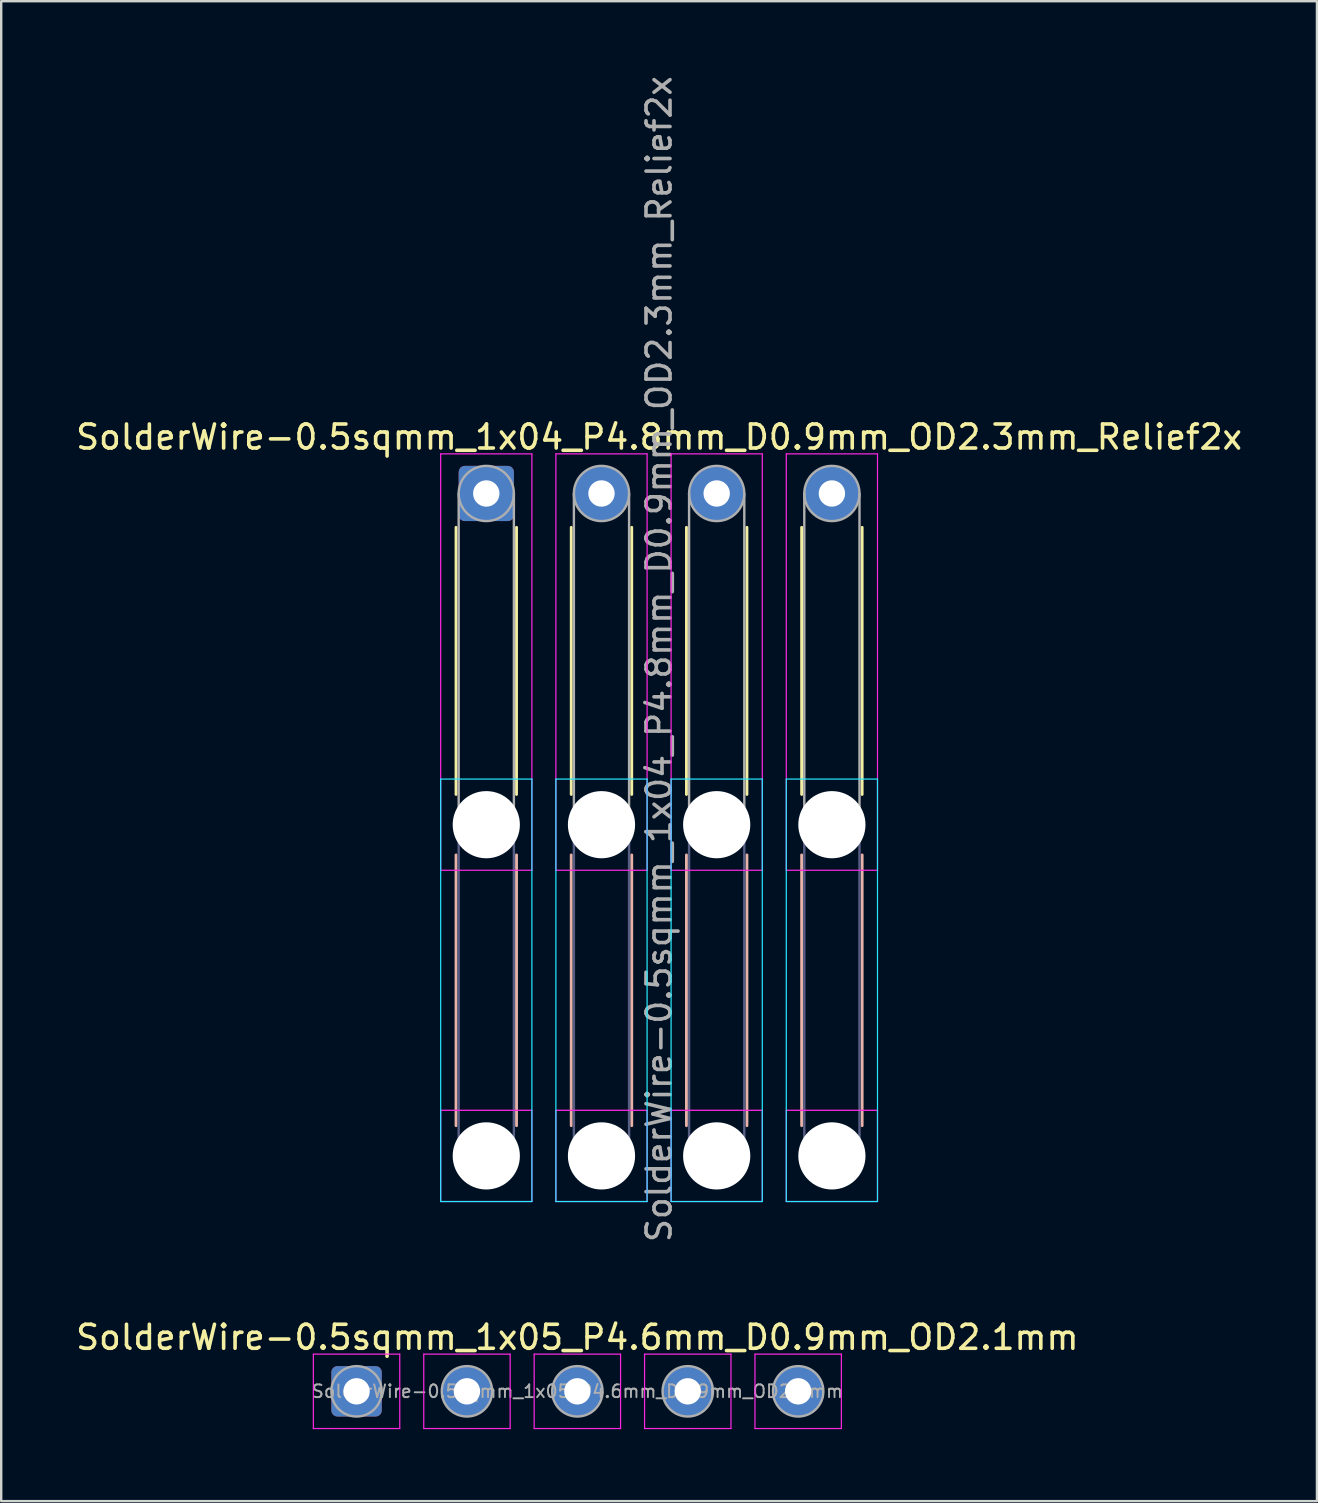
<source format=kicad_pcb>
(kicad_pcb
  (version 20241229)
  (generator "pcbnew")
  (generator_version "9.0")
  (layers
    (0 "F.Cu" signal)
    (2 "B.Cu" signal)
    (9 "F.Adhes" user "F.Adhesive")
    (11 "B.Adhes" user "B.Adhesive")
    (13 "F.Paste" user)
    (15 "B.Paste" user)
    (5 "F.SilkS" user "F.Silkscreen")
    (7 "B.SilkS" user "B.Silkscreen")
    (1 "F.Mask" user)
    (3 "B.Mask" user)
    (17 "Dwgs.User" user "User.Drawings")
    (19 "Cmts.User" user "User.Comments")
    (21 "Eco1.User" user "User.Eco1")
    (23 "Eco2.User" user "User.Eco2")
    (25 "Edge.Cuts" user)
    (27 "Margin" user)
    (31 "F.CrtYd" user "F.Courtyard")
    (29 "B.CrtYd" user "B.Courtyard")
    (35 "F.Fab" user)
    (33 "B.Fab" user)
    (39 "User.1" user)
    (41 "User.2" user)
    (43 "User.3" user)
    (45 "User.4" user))
  (footprint "SolderWire-0.5sqmm_1x05_P4.6mm_D0.9mm_OD2.1mm"
    (layer "F.Cu")
    (at 11.806 54.92)
    (property "Reference" "SolderWire-0.5sqmm_1x05_P4.6mm_D0.9mm_OD2.1mm" (at 9.2 -2.25 0) (layer "F.SilkS") (effects (font (size 1 1) (thickness 0.15))))
    (attr exclude_from_pos_files exclude_from_bom)
    (fp_line (start -1.8 -1.55) (end -1.8 1.55) (stroke (width 0.05) (type solid)) (layer "F.CrtYd"))
    (fp_line (start -1.8 1.55) (end 1.8 1.55) (stroke (width 0.05) (type solid)) (layer "F.CrtYd"))
    (fp_line (start 1.8 -1.55) (end -1.8 -1.55) (stroke (width 0.05) (type solid)) (layer "F.CrtYd"))
    (fp_line (start 1.8 1.55) (end 1.8 -1.55) (stroke (width 0.05) (type solid)) (layer "F.CrtYd"))
    (fp_line (start 2.8 -1.55) (end 2.8 1.55) (stroke (width 0.05) (type solid)) (layer "F.CrtYd"))
    (fp_line (start 2.8 1.55) (end 6.4 1.55) (stroke (width 0.05) (type solid)) (layer "F.CrtYd"))
    (fp_line (start 6.4 -1.55) (end 2.8 -1.55) (stroke (width 0.05) (type solid)) (layer "F.CrtYd"))
    (fp_line (start 6.4 1.55) (end 6.4 -1.55) (stroke (width 0.05) (type solid)) (layer "F.CrtYd"))
    (fp_line (start 7.4 -1.55) (end 7.4 1.55) (stroke (width 0.05) (type solid)) (layer "F.CrtYd"))
    (fp_line (start 7.4 1.55) (end 11 1.55) (stroke (width 0.05) (type solid)) (layer "F.CrtYd"))
    (fp_line (start 11 -1.55) (end 7.4 -1.55) (stroke (width 0.05) (type solid)) (layer "F.CrtYd"))
    (fp_line (start 11 1.55) (end 11 -1.55) (stroke (width 0.05) (type solid)) (layer "F.CrtYd"))
    (fp_line (start 12 -1.55) (end 12 1.55) (stroke (width 0.05) (type solid)) (layer "F.CrtYd"))
    (fp_line (start 12 1.55) (end 15.6 1.55) (stroke (width 0.05) (type solid)) (layer "F.CrtYd"))
    (fp_line (start 15.6 -1.55) (end 12 -1.55) (stroke (width 0.05) (type solid)) (layer "F.CrtYd"))
    (fp_line (start 15.6 1.55) (end 15.6 -1.55) (stroke (width 0.05) (type solid)) (layer "F.CrtYd"))
    (fp_line (start 16.6 -1.55) (end 16.6 1.55) (stroke (width 0.05) (type solid)) (layer "F.CrtYd"))
    (fp_line (start 16.6 1.55) (end 20.2 1.55) (stroke (width 0.05) (type solid)) (layer "F.CrtYd"))
    (fp_line (start 20.2 -1.55) (end 16.6 -1.55) (stroke (width 0.05) (type solid)) (layer "F.CrtYd"))
    (fp_line (start 20.2 1.55) (end 20.2 -1.55) (stroke (width 0.05) (type solid)) (layer "F.CrtYd"))
    (fp_circle (center 0 0) (end 1.05 0) (stroke (width 0.1) (type solid)) (fill no) (layer "F.Fab"))
    (fp_circle (center 4.6 0) (end 5.65 0) (stroke (width 0.1) (type solid)) (fill no) (layer "F.Fab"))
    (fp_circle (center 9.2 0) (end 10.25 0) (stroke (width 0.1) (type solid)) (fill no) (layer "F.Fab"))
    (fp_circle (center 13.8 0) (end 14.85 0) (stroke (width 0.1) (type solid)) (fill no) (layer "F.Fab"))
    (fp_circle (center 18.4 0) (end 19.45 0) (stroke (width 0.1) (type solid)) (fill no) (layer "F.Fab"))
    (fp_text user "${REFERENCE}" (at 9.2 0 0) (layer "F.Fab") (effects (font (size 0.53 0.53) (thickness 0.08))))
    (pad "1" thru_hole roundrect (at 0 0) (size 2.1 2.1) (drill 1.1) (layers "*.Cu" "*.Mask") (roundrect_rratio 0.119))
    (pad "2" thru_hole circle (at 4.6 0) (size 2.1 2.1) (drill 1.1) (layers "*.Cu" "*.Mask"))
    (pad "3" thru_hole circle (at 9.2 0) (size 2.1 2.1) (drill 1.1) (layers "*.Cu" "*.Mask"))
    (pad "4" thru_hole circle (at 13.8 0) (size 2.1 2.1) (drill 1.1) (layers "*.Cu" "*.Mask"))
    (pad "5" thru_hole circle (at 18.4 0) (size 2.1 2.1) (drill 1.1) (layers "*.Cu" "*.Mask")))
  (footprint "SolderWire-0.5sqmm_1x04_P4.8mm_D0.9mm_OD2.3mm_Relief2x"
    (layer "F.Cu")
    (at 17.211 17.511)
    (property "Reference" "SolderWire-0.5sqmm_1x04_P4.8mm_D0.9mm_OD2.3mm_Relief2x" (at 7.2 -2.35 0) (layer "F.SilkS") (effects (font (size 1 1) (thickness 0.15))))
    (attr exclude_from_pos_files exclude_from_bom)
    (fp_line (start -1.26 1.41) (end -1.26 12.54) (stroke (width 0.12) (type solid)) (layer "F.SilkS"))
    (fp_line (start 1.26 1.41) (end 1.26 12.54) (stroke (width 0.12) (type solid)) (layer "F.SilkS"))
    (fp_line (start 3.54 1.41) (end 3.54 12.54) (stroke (width 0.12) (type solid)) (layer "F.SilkS"))
    (fp_line (start 6.06 1.41) (end 6.06 12.54) (stroke (width 0.12) (type solid)) (layer "F.SilkS"))
    (fp_line (start 8.34 1.41) (end 8.34 12.54) (stroke (width 0.12) (type solid)) (layer "F.SilkS"))
    (fp_line (start 10.86 1.41) (end 10.86 12.54) (stroke (width 0.12) (type solid)) (layer "F.SilkS"))
    (fp_line (start 13.14 1.41) (end 13.14 12.54) (stroke (width 0.12) (type solid)) (layer "F.SilkS"))
    (fp_line (start 15.66 1.41) (end 15.66 12.54) (stroke (width 0.12) (type solid)) (layer "F.SilkS"))
    (fp_line (start -1.26 15.06) (end -1.26 26.34) (stroke (width 0.12) (type solid)) (layer "B.SilkS"))
    (fp_line (start 1.26 15.06) (end 1.26 26.34) (stroke (width 0.12) (type solid)) (layer "B.SilkS"))
    (fp_line (start 3.54 15.06) (end 3.54 26.34) (stroke (width 0.12) (type solid)) (layer "B.SilkS"))
    (fp_line (start 6.06 15.06) (end 6.06 26.34) (stroke (width 0.12) (type solid)) (layer "B.SilkS"))
    (fp_line (start 8.34 15.06) (end 8.34 26.34) (stroke (width 0.12) (type solid)) (layer "B.SilkS"))
    (fp_line (start 10.86 15.06) (end 10.86 26.34) (stroke (width 0.12) (type solid)) (layer "B.SilkS"))
    (fp_line (start 13.14 15.06) (end 13.14 26.34) (stroke (width 0.12) (type solid)) (layer "B.SilkS"))
    (fp_line (start 15.66 15.06) (end 15.66 26.34) (stroke (width 0.12) (type solid)) (layer "B.SilkS"))
    (fp_line (start -1.9 11.9) (end -1.9 29.5) (stroke (width 0.05) (type solid)) (layer "B.CrtYd"))
    (fp_line (start -1.9 29.5) (end 1.9 29.5) (stroke (width 0.05) (type solid)) (layer "B.CrtYd"))
    (fp_line (start 1.9 11.9) (end -1.9 11.9) (stroke (width 0.05) (type solid)) (layer "B.CrtYd"))
    (fp_line (start 1.9 29.5) (end 1.9 11.9) (stroke (width 0.05) (type solid)) (layer "B.CrtYd"))
    (fp_line (start 2.9 11.9) (end 2.9 29.5) (stroke (width 0.05) (type solid)) (layer "B.CrtYd"))
    (fp_line (start 2.9 29.5) (end 6.7 29.5) (stroke (width 0.05) (type solid)) (layer "B.CrtYd"))
    (fp_line (start 6.7 11.9) (end 2.9 11.9) (stroke (width 0.05) (type solid)) (layer "B.CrtYd"))
    (fp_line (start 6.7 29.5) (end 6.7 11.9) (stroke (width 0.05) (type solid)) (layer "B.CrtYd"))
    (fp_line (start 7.7 11.9) (end 7.7 29.5) (stroke (width 0.05) (type solid)) (layer "B.CrtYd"))
    (fp_line (start 7.7 29.5) (end 11.5 29.5) (stroke (width 0.05) (type solid)) (layer "B.CrtYd"))
    (fp_line (start 11.5 11.9) (end 7.7 11.9) (stroke (width 0.05) (type solid)) (layer "B.CrtYd"))
    (fp_line (start 11.5 29.5) (end 11.5 11.9) (stroke (width 0.05) (type solid)) (layer "B.CrtYd"))
    (fp_line (start 12.5 11.9) (end 12.5 29.5) (stroke (width 0.05) (type solid)) (layer "B.CrtYd"))
    (fp_line (start 12.5 29.5) (end 16.3 29.5) (stroke (width 0.05) (type solid)) (layer "B.CrtYd"))
    (fp_line (start 16.3 11.9) (end 12.5 11.9) (stroke (width 0.05) (type solid)) (layer "B.CrtYd"))
    (fp_line (start 16.3 29.5) (end 16.3 11.9) (stroke (width 0.05) (type solid)) (layer "B.CrtYd"))
    (fp_line (start -1.9 -1.65) (end -1.9 15.7) (stroke (width 0.05) (type solid)) (layer "F.CrtYd"))
    (fp_line (start -1.9 15.7) (end 1.9 15.7) (stroke (width 0.05) (type solid)) (layer "F.CrtYd"))
    (fp_line (start -1.9 25.7) (end -1.9 29.5) (stroke (width 0.05) (type solid)) (layer "F.CrtYd"))
    (fp_line (start -1.9 29.5) (end 1.9 29.5) (stroke (width 0.05) (type solid)) (layer "F.CrtYd"))
    (fp_line (start 1.9 -1.65) (end -1.9 -1.65) (stroke (width 0.05) (type solid)) (layer "F.CrtYd"))
    (fp_line (start 1.9 15.7) (end 1.9 -1.65) (stroke (width 0.05) (type solid)) (layer "F.CrtYd"))
    (fp_line (start 1.9 25.7) (end -1.9 25.7) (stroke (width 0.05) (type solid)) (layer "F.CrtYd"))
    (fp_line (start 1.9 29.5) (end 1.9 25.7) (stroke (width 0.05) (type solid)) (layer "F.CrtYd"))
    (fp_line (start 2.9 -1.65) (end 2.9 15.7) (stroke (width 0.05) (type solid)) (layer "F.CrtYd"))
    (fp_line (start 2.9 15.7) (end 6.7 15.7) (stroke (width 0.05) (type solid)) (layer "F.CrtYd"))
    (fp_line (start 2.9 25.7) (end 2.9 29.5) (stroke (width 0.05) (type solid)) (layer "F.CrtYd"))
    (fp_line (start 2.9 29.5) (end 6.7 29.5) (stroke (width 0.05) (type solid)) (layer "F.CrtYd"))
    (fp_line (start 6.7 -1.65) (end 2.9 -1.65) (stroke (width 0.05) (type solid)) (layer "F.CrtYd"))
    (fp_line (start 6.7 15.7) (end 6.7 -1.65) (stroke (width 0.05) (type solid)) (layer "F.CrtYd"))
    (fp_line (start 6.7 25.7) (end 2.9 25.7) (stroke (width 0.05) (type solid)) (layer "F.CrtYd"))
    (fp_line (start 6.7 29.5) (end 6.7 25.7) (stroke (width 0.05) (type solid)) (layer "F.CrtYd"))
    (fp_line (start 7.7 -1.65) (end 7.7 15.7) (stroke (width 0.05) (type solid)) (layer "F.CrtYd"))
    (fp_line (start 7.7 15.7) (end 11.5 15.7) (stroke (width 0.05) (type solid)) (layer "F.CrtYd"))
    (fp_line (start 7.7 25.7) (end 7.7 29.5) (stroke (width 0.05) (type solid)) (layer "F.CrtYd"))
    (fp_line (start 7.7 29.5) (end 11.5 29.5) (stroke (width 0.05) (type solid)) (layer "F.CrtYd"))
    (fp_line (start 11.5 -1.65) (end 7.7 -1.65) (stroke (width 0.05) (type solid)) (layer "F.CrtYd"))
    (fp_line (start 11.5 15.7) (end 11.5 -1.65) (stroke (width 0.05) (type solid)) (layer "F.CrtYd"))
    (fp_line (start 11.5 25.7) (end 7.7 25.7) (stroke (width 0.05) (type solid)) (layer "F.CrtYd"))
    (fp_line (start 11.5 29.5) (end 11.5 25.7) (stroke (width 0.05) (type solid)) (layer "F.CrtYd"))
    (fp_line (start 12.5 -1.65) (end 12.5 15.7) (stroke (width 0.05) (type solid)) (layer "F.CrtYd"))
    (fp_line (start 12.5 15.7) (end 16.3 15.7) (stroke (width 0.05) (type solid)) (layer "F.CrtYd"))
    (fp_line (start 12.5 25.7) (end 12.5 29.5) (stroke (width 0.05) (type solid)) (layer "F.CrtYd"))
    (fp_line (start 12.5 29.5) (end 16.3 29.5) (stroke (width 0.05) (type solid)) (layer "F.CrtYd"))
    (fp_line (start 16.3 -1.65) (end 12.5 -1.65) (stroke (width 0.05) (type solid)) (layer "F.CrtYd"))
    (fp_line (start 16.3 15.7) (end 16.3 -1.65) (stroke (width 0.05) (type solid)) (layer "F.CrtYd"))
    (fp_line (start 16.3 25.7) (end 12.5 25.7) (stroke (width 0.05) (type solid)) (layer "F.CrtYd"))
    (fp_line (start 16.3 29.5) (end 16.3 25.7) (stroke (width 0.05) (type solid)) (layer "F.CrtYd"))
    (fp_line (start -1.15 13.8) (end -1.15 27.6) (stroke (width 0.1) (type solid)) (layer "B.Fab"))
    (fp_line (start 1.15 13.8) (end 1.15 27.6) (stroke (width 0.1) (type solid)) (layer "B.Fab"))
    (fp_line (start 3.65 13.8) (end 3.65 27.6) (stroke (width 0.1) (type solid)) (layer "B.Fab"))
    (fp_line (start 5.95 13.8) (end 5.95 27.6) (stroke (width 0.1) (type solid)) (layer "B.Fab"))
    (fp_line (start 8.45 13.8) (end 8.45 27.6) (stroke (width 0.1) (type solid)) (layer "B.Fab"))
    (fp_line (start 10.75 13.8) (end 10.75 27.6) (stroke (width 0.1) (type solid)) (layer "B.Fab"))
    (fp_line (start 13.25 13.8) (end 13.25 27.6) (stroke (width 0.1) (type solid)) (layer "B.Fab"))
    (fp_line (start 15.55 13.8) (end 15.55 27.6) (stroke (width 0.1) (type solid)) (layer "B.Fab"))
    (fp_circle (center 0 13.8) (end 1.15 13.8) (stroke (width 0.1) (type solid)) (fill no) (layer "B.Fab"))
    (fp_circle (center 0 27.6) (end 1.15 27.6) (stroke (width 0.1) (type solid)) (fill no) (layer "B.Fab"))
    (fp_circle (center 4.8 13.8) (end 5.95 13.8) (stroke (width 0.1) (type solid)) (fill no) (layer "B.Fab"))
    (fp_circle (center 4.8 27.6) (end 5.95 27.6) (stroke (width 0.1) (type solid)) (fill no) (layer "B.Fab"))
    (fp_circle (center 9.6 13.8) (end 10.75 13.8) (stroke (width 0.1) (type solid)) (fill no) (layer "B.Fab"))
    (fp_circle (center 9.6 27.6) (end 10.75 27.6) (stroke (width 0.1) (type solid)) (fill no) (layer "B.Fab"))
    (fp_circle (center 14.4 13.8) (end 15.55 13.8) (stroke (width 0.1) (type solid)) (fill no) (layer "B.Fab"))
    (fp_circle (center 14.4 27.6) (end 15.55 27.6) (stroke (width 0.1) (type solid)) (fill no) (layer "B.Fab"))
    (fp_line (start -1.15 0) (end -1.15 13.8) (stroke (width 0.1) (type solid)) (layer "F.Fab"))
    (fp_line (start 1.15 0) (end 1.15 13.8) (stroke (width 0.1) (type solid)) (layer "F.Fab"))
    (fp_line (start 3.65 0) (end 3.65 13.8) (stroke (width 0.1) (type solid)) (layer "F.Fab"))
    (fp_line (start 5.95 0) (end 5.95 13.8) (stroke (width 0.1) (type solid)) (layer "F.Fab"))
    (fp_line (start 8.45 0) (end 8.45 13.8) (stroke (width 0.1) (type solid)) (layer "F.Fab"))
    (fp_line (start 10.75 0) (end 10.75 13.8) (stroke (width 0.1) (type solid)) (layer "F.Fab"))
    (fp_line (start 13.25 0) (end 13.25 13.8) (stroke (width 0.1) (type solid)) (layer "F.Fab"))
    (fp_line (start 15.55 0) (end 15.55 13.8) (stroke (width 0.1) (type solid)) (layer "F.Fab"))
    (fp_circle (center 0 0) (end 1.15 0) (stroke (width 0.1) (type solid)) (fill no) (layer "F.Fab"))
    (fp_circle (center 0 13.8) (end 1.15 13.8) (stroke (width 0.1) (type solid)) (fill no) (layer "F.Fab"))
    (fp_circle (center 0 27.6) (end 1.15 27.6) (stroke (width 0.1) (type solid)) (fill no) (layer "F.Fab"))
    (fp_circle (center 4.8 0) (end 5.95 0) (stroke (width 0.1) (type solid)) (fill no) (layer "F.Fab"))
    (fp_circle (center 4.8 13.8) (end 5.95 13.8) (stroke (width 0.1) (type solid)) (fill no) (layer "F.Fab"))
    (fp_circle (center 4.8 27.6) (end 5.95 27.6) (stroke (width 0.1) (type solid)) (fill no) (layer "F.Fab"))
    (fp_circle (center 9.6 0) (end 10.75 0) (stroke (width 0.1) (type solid)) (fill no) (layer "F.Fab"))
    (fp_circle (center 9.6 13.8) (end 10.75 13.8) (stroke (width 0.1) (type solid)) (fill no) (layer "F.Fab"))
    (fp_circle (center 9.6 27.6) (end 10.75 27.6) (stroke (width 0.1) (type solid)) (fill no) (layer "F.Fab"))
    (fp_circle (center 14.4 0) (end 15.55 0) (stroke (width 0.1) (type solid)) (fill no) (layer "F.Fab"))
    (fp_circle (center 14.4 13.8) (end 15.55 13.8) (stroke (width 0.1) (type solid)) (fill no) (layer "F.Fab"))
    (fp_circle (center 14.4 27.6) (end 15.55 27.6) (stroke (width 0.1) (type solid)) (fill no) (layer "F.Fab"))
    (fp_text user "${REFERENCE}" (at 7.2 6.9 90) (layer "F.Fab") (effects (font (size 1 1) (thickness 0.15))))
    (pad "" np_thru_hole circle (at 0 13.8) (size 2.8 2.8) (drill 2.8) (layers "*.Cu" "*.Mask"))
    (pad "" np_thru_hole circle (at 0 27.6) (size 2.8 2.8) (drill 2.8) (layers "*.Cu" "*.Mask"))
    (pad "" np_thru_hole circle (at 4.8 13.8) (size 2.8 2.8) (drill 2.8) (layers "*.Cu" "*.Mask"))
    (pad "" np_thru_hole circle (at 4.8 27.6) (size 2.8 2.8) (drill 2.8) (layers "*.Cu" "*.Mask"))
    (pad "" np_thru_hole circle (at 9.6 13.8) (size 2.8 2.8) (drill 2.8) (layers "*.Cu" "*.Mask"))
    (pad "" np_thru_hole circle (at 9.6 27.6) (size 2.8 2.8) (drill 2.8) (layers "*.Cu" "*.Mask"))
    (pad "" np_thru_hole circle (at 14.4 13.8) (size 2.8 2.8) (drill 2.8) (layers "*.Cu" "*.Mask"))
    (pad "" np_thru_hole circle (at 14.4 27.6) (size 2.8 2.8) (drill 2.8) (layers "*.Cu" "*.Mask"))
    (pad "1" thru_hole roundrect (at 0 0) (size 2.3 2.3) (drill 1.1) (layers "*.Cu" "*.Mask") (roundrect_rratio 0.109))
    (pad "2" thru_hole circle (at 4.8 0) (size 2.3 2.3) (drill 1.1) (layers "*.Cu" "*.Mask"))
    (pad "3" thru_hole circle (at 9.6 0) (size 2.3 2.3) (drill 1.1) (layers "*.Cu" "*.Mask"))
    (pad "4" thru_hole circle (at 14.4 0) (size 2.3 2.3) (drill 1.1) (layers "*.Cu" "*.Mask")))
  (gr_rect
    (start -3 -3)
    (end 51.821 59.495)
    (stroke (width 0.1) (type default))
    (fill no)
    (layer "Edge.Cuts")))
</source>
